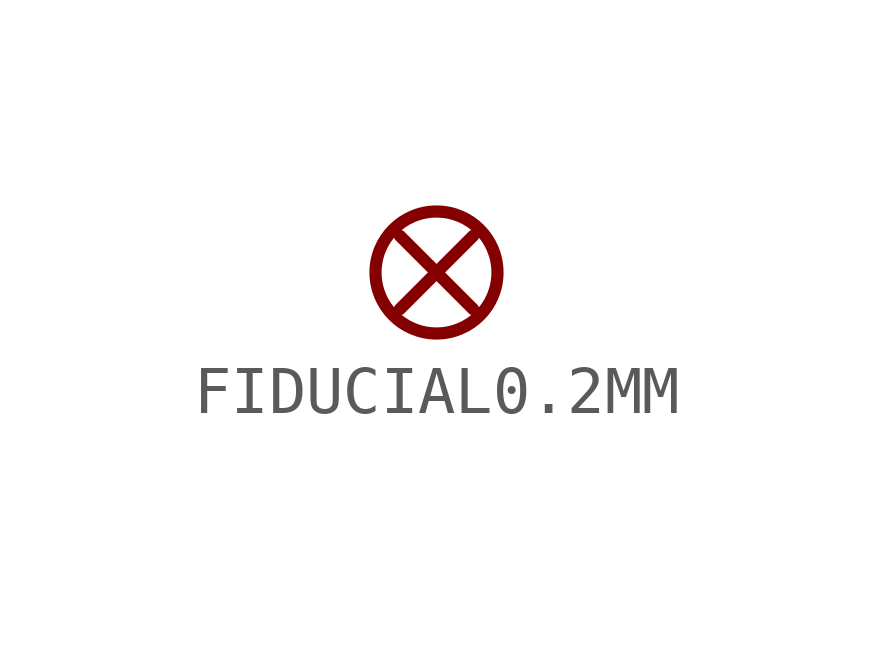
<source format=kicad_sym>
(kicad_symbol_lib
  (version 20220914)
  (generator kicad_symbol_editor)
  (symbol "FIDUCIAL0.2MM"
    (property "Reference" "FD"
      (at 0 0 0)
      (effects (font (size 1.27 1.27)) hide))
    (property "ki_locked" ""
      (at 0 0 0)
      (effects (font (size 1.27 1.27))))
    (symbol "FIDUCIAL0.2MM_1_0"
      (polyline (pts (xy -0.762 0.762) (xy 0.762 -0.762)) (stroke (width 0.254) (type solid)) (fill (type none)))
      (polyline (pts (xy 0.762 0.762) (xy -0.762 -0.762)) (stroke (width 0.254) (type solid)) (fill (type none)))
      (circle (center 0 0) (radius 1.27) (stroke (width 0.254) (type solid)) (fill (type none))))))
</source>
